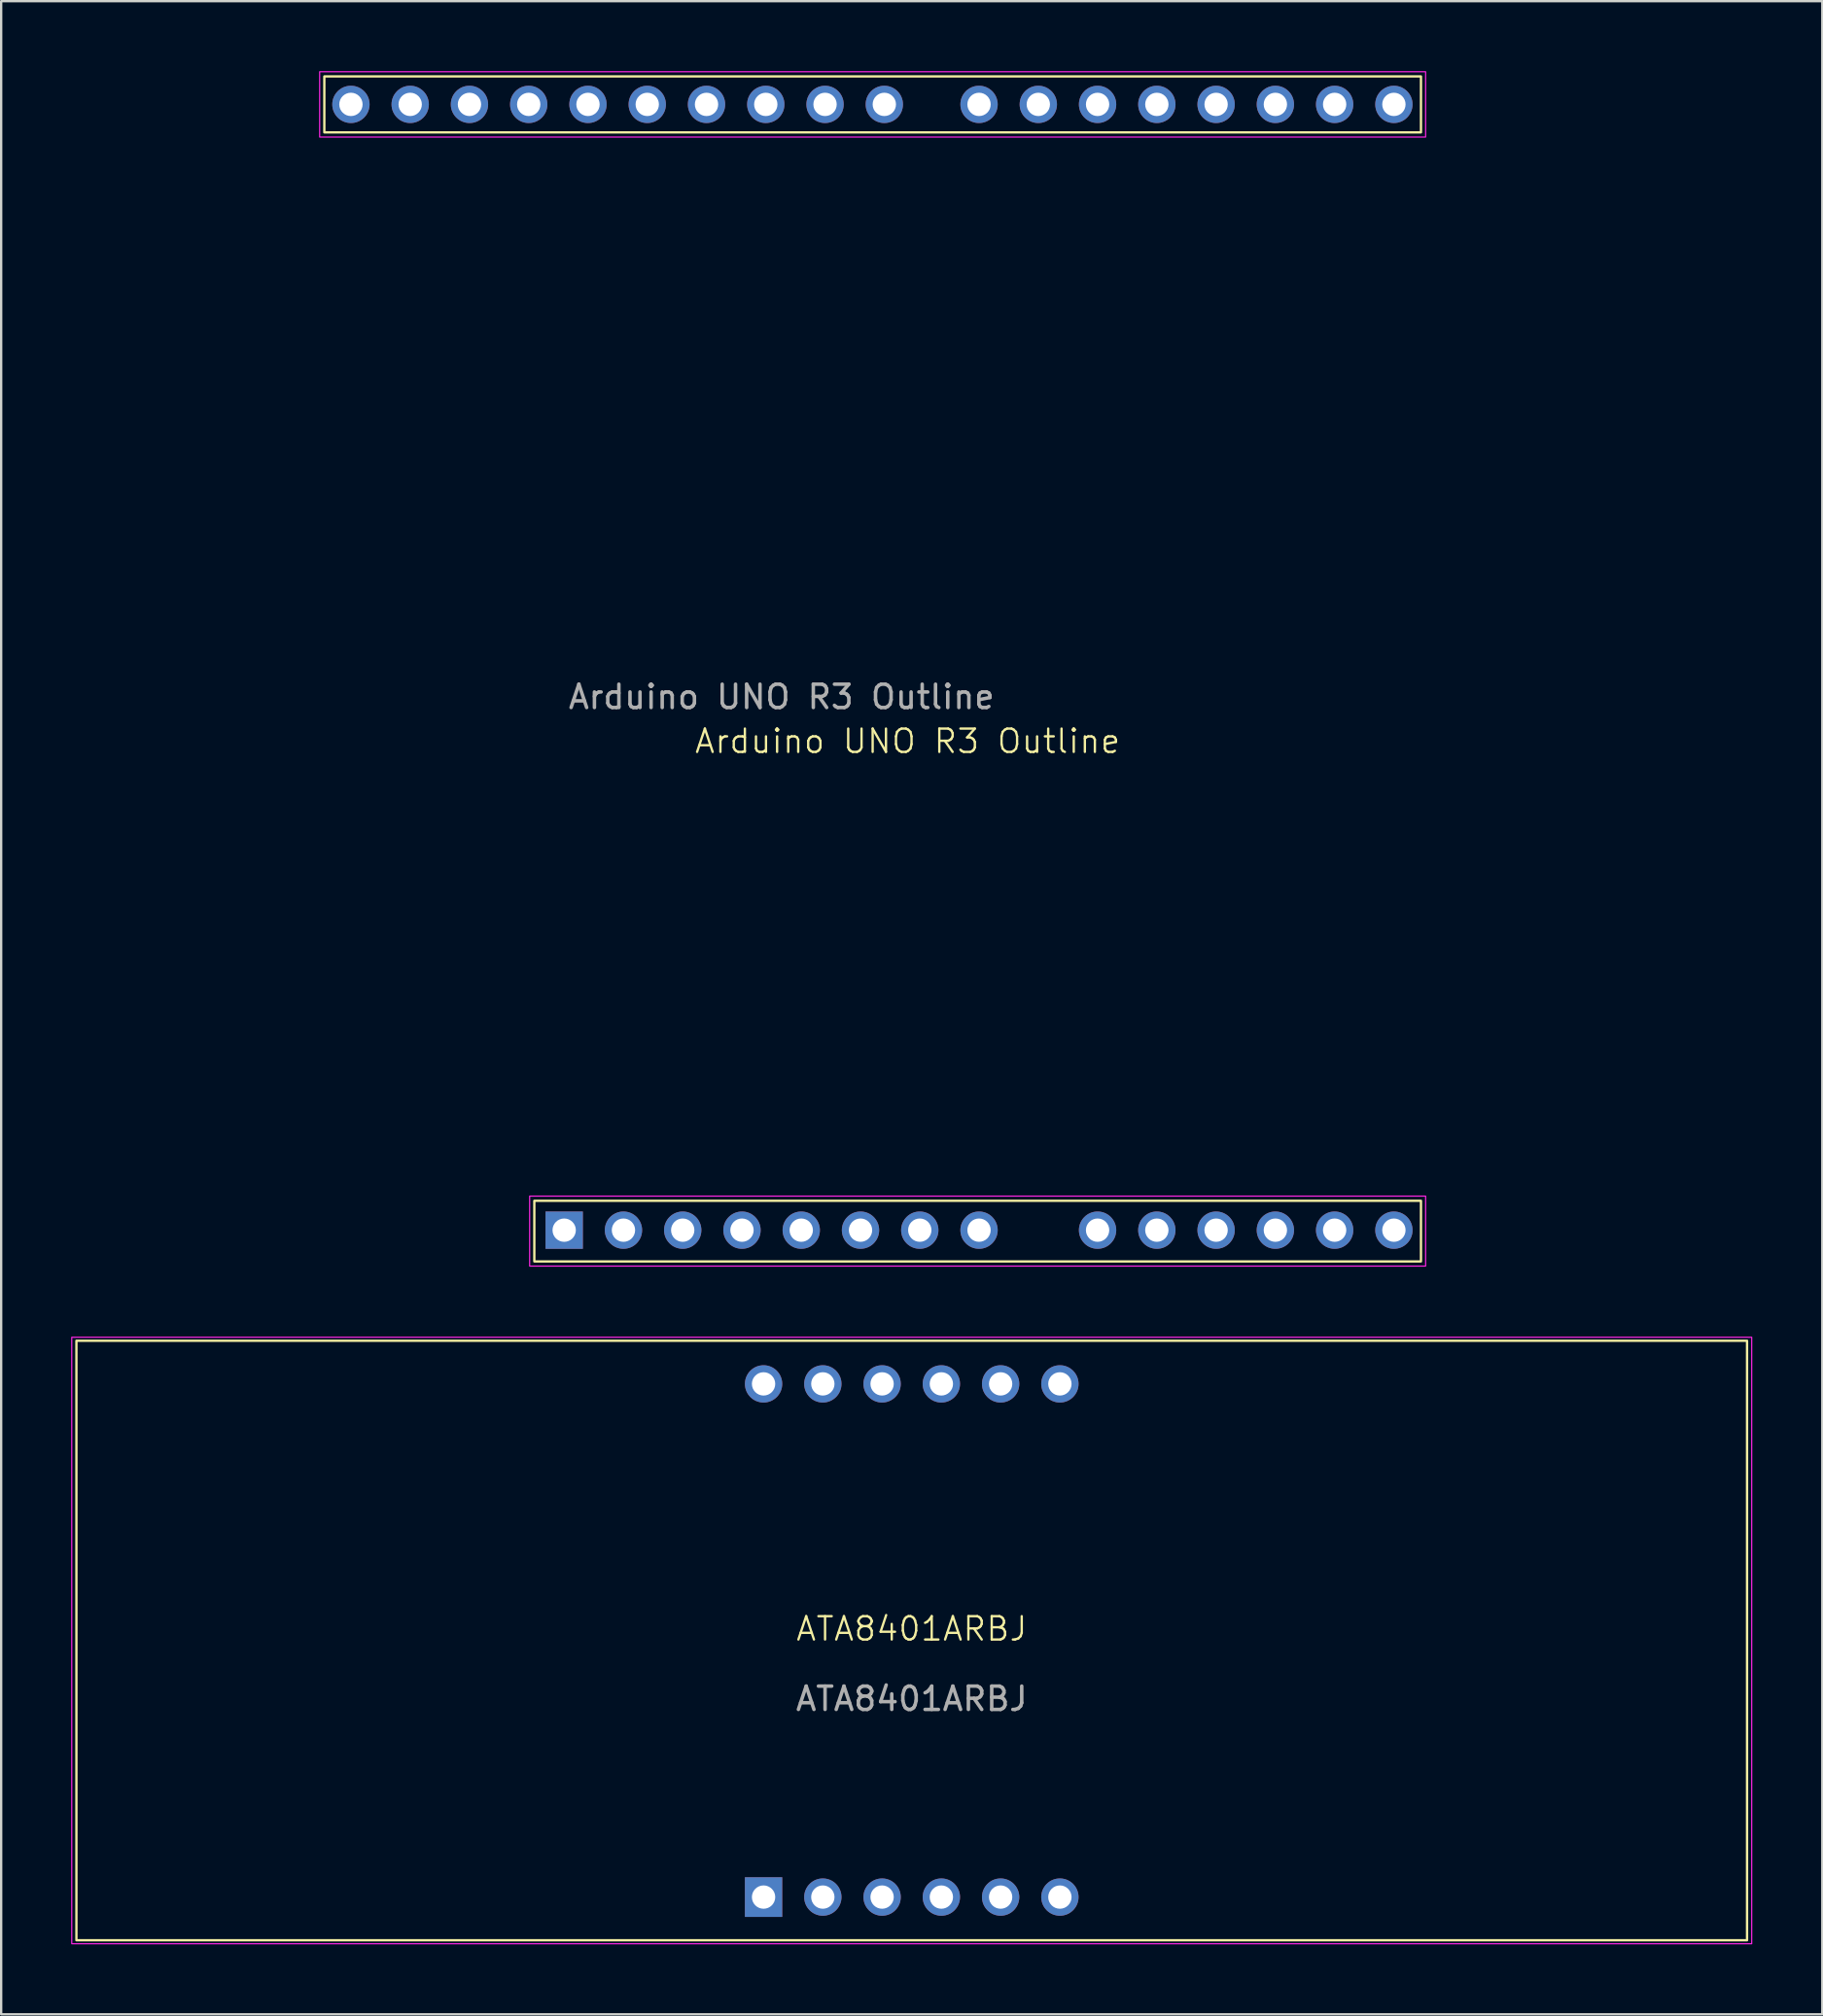
<source format=kicad_pcb>
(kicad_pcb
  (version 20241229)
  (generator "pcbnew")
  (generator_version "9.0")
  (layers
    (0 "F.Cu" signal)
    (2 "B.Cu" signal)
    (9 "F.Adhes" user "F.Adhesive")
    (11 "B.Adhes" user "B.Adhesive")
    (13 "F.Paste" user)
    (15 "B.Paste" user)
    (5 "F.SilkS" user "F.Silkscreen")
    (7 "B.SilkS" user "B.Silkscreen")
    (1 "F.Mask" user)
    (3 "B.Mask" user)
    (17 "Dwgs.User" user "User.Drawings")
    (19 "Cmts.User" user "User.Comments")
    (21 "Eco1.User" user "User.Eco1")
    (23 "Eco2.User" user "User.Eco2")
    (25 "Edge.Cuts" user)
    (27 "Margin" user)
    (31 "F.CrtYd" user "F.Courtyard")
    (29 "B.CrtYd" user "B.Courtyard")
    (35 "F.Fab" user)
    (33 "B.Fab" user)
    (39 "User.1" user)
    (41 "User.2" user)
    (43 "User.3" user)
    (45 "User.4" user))
  (footprint "Arduino UNO R3 Outline"
    (layer "F.Cu")
    (at 0.25 3.625)
    (property "Reference" "Arduino UNO R3 Outline" (at 35.6 25.1 0) (unlocked yes) (layer "F.SilkS") (effects (font (size 1 1) (thickness 0.1))))
    (attr through_hole)
    (fp_rect (start 10.6 -3.4) (end 57.6 -1) (stroke (width 0.1) (type default)) (fill no) (layer "F.SilkS"))
    (fp_rect (start 19.6 44.8) (end 57.6 47.4) (stroke (width 0.1) (type default)) (fill no) (layer "F.SilkS"))
    (fp_rect (start 10.4 -3.6) (end 57.8 -0.8) (stroke (width 0.05) (type default)) (fill no) (layer "F.CrtYd"))
    (fp_rect (start 19.4 44.6) (end 57.8 47.6) (stroke (width 0.05) (type default)) (fill no) (layer "F.CrtYd"))
    (fp_text user "${REFERENCE}" (at 30.2 23.2 180) (layer "F.Fab") (effects (font (size 1 1) (thickness 0.15))))
    (pad "1" thru_hole rect (at 20.88 46.06 90) (size 1.6 1.6) (drill 1) (layers "*.Cu" "*.Mask"))
    (pad "2" thru_hole oval (at 23.42 46.06 90) (size 1.6 1.6) (drill 1) (layers "*.Cu" "*.Mask"))
    (pad "3" thru_hole oval (at 25.96 46.06 90) (size 1.6 1.6) (drill 1) (layers "*.Cu" "*.Mask"))
    (pad "4" thru_hole oval (at 28.5 46.06 90) (size 1.6 1.6) (drill 1) (layers "*.Cu" "*.Mask"))
    (pad "5" thru_hole oval (at 31.04 46.06 90) (size 1.6 1.6) (drill 1) (layers "*.Cu" "*.Mask"))
    (pad "6" thru_hole oval (at 33.58 46.06 90) (size 1.6 1.6) (drill 1) (layers "*.Cu" "*.Mask"))
    (pad "7" thru_hole oval (at 36.12 46.06 90) (size 1.6 1.6) (drill 1) (layers "*.Cu" "*.Mask"))
    (pad "8" thru_hole oval (at 38.66 46.06 90) (size 1.6 1.6) (drill 1) (layers "*.Cu" "*.Mask"))
    (pad "9" thru_hole oval (at 43.74 46.06 90) (size 1.6 1.6) (drill 1) (layers "*.Cu" "*.Mask"))
    (pad "10" thru_hole oval (at 46.28 46.06 90) (size 1.6 1.6) (drill 1) (layers "*.Cu" "*.Mask"))
    (pad "11" thru_hole oval (at 48.82 46.06 90) (size 1.6 1.6) (drill 1) (layers "*.Cu" "*.Mask"))
    (pad "12" thru_hole oval (at 51.36 46.06 90) (size 1.6 1.6) (drill 1) (layers "*.Cu" "*.Mask"))
    (pad "13" thru_hole oval (at 53.9 46.06 90) (size 1.6 1.6) (drill 1) (layers "*.Cu" "*.Mask"))
    (pad "14" thru_hole oval (at 56.44 46.06 90) (size 1.6 1.6) (drill 1) (layers "*.Cu" "*.Mask"))
    (pad "15" thru_hole oval (at 56.44 -2.2 90) (size 1.6 1.6) (drill 1) (layers "*.Cu" "*.Mask"))
    (pad "16" thru_hole oval (at 53.9 -2.2 90) (size 1.6 1.6) (drill 1) (layers "*.Cu" "*.Mask"))
    (pad "17" thru_hole oval (at 51.36 -2.2 90) (size 1.6 1.6) (drill 1) (layers "*.Cu" "*.Mask"))
    (pad "18" thru_hole oval (at 48.82 -2.2 90) (size 1.6 1.6) (drill 1) (layers "*.Cu" "*.Mask"))
    (pad "19" thru_hole oval (at 46.28 -2.2 90) (size 1.6 1.6) (drill 1) (layers "*.Cu" "*.Mask"))
    (pad "20" thru_hole oval (at 43.74 -2.2 90) (size 1.6 1.6) (drill 1) (layers "*.Cu" "*.Mask"))
    (pad "21" thru_hole oval (at 41.2 -2.2 90) (size 1.6 1.6) (drill 1) (layers "*.Cu" "*.Mask"))
    (pad "22" thru_hole oval (at 38.66 -2.2 90) (size 1.6 1.6) (drill 1) (layers "*.Cu" "*.Mask"))
    (pad "23" thru_hole oval (at 34.6 -2.2 90) (size 1.6 1.6) (drill 1) (layers "*.Cu" "*.Mask"))
    (pad "24" thru_hole oval (at 32.06 -2.2 90) (size 1.6 1.6) (drill 1) (layers "*.Cu" "*.Mask"))
    (pad "25" thru_hole oval (at 29.52 -2.2 90) (size 1.6 1.6) (drill 1) (layers "*.Cu" "*.Mask"))
    (pad "26" thru_hole oval (at 26.98 -2.2 90) (size 1.6 1.6) (drill 1) (layers "*.Cu" "*.Mask"))
    (pad "27" thru_hole oval (at 24.44 -2.2 90) (size 1.6 1.6) (drill 1) (layers "*.Cu" "*.Mask"))
    (pad "28" thru_hole oval (at 21.9 -2.2 90) (size 1.6 1.6) (drill 1) (layers "*.Cu" "*.Mask"))
    (pad "29" thru_hole oval (at 19.36 -2.2 90) (size 1.6 1.6) (drill 1) (layers "*.Cu" "*.Mask"))
    (pad "30" thru_hole oval (at 16.82 -2.2 90) (size 1.6 1.6) (drill 1) (layers "*.Cu" "*.Mask"))
    (pad "31" thru_hole oval (at 14.28 -2.2 90) (size 1.6 1.6) (drill 1) (layers "*.Cu" "*.Mask"))
    (pad "32" thru_hole oval (at 11.74 -2.2 90) (size 1.6 1.6) (drill 1) (layers "*.Cu" "*.Mask")))
  (footprint "ATA8401ARBJ"
    (layer "F.Cu")
    (at 36.025 67.275)
    (property "Reference" "ATA8401ARBJ" (at 0 -0.5 0) (unlocked yes) (layer "F.SilkS") (effects (font (size 1 1) (thickness 0.1))))
    (attr through_hole)
    (fp_rect (start -35.8 -12.85) (end 35.8 12.85) (stroke (width 0.1) (type default)) (fill no) (layer "F.SilkS"))
    (fp_rect (start -36 -13) (end 36 13) (stroke (width 0.05) (type default)) (fill no) (layer "F.CrtYd"))
    (fp_text user "${REFERENCE}" (at 0 2.5 0) (unlocked yes) (layer "F.Fab") (effects (font (size 1 1) (thickness 0.15))))
    (pad "1" thru_hole rect (at -6.35 11) (size 1.6 1.7) (drill 1) (layers "*.Cu" "*.Mask"))
    (pad "2" thru_hole circle (at -3.81 11) (size 1.6 1.6) (drill 1) (layers "*.Cu" "*.Mask"))
    (pad "3" thru_hole circle (at -1.27 11) (size 1.6 1.6) (drill 1) (layers "*.Cu" "*.Mask"))
    (pad "4" thru_hole circle (at 1.27 11) (size 1.6 1.6) (drill 1) (layers "*.Cu" "*.Mask"))
    (pad "5" thru_hole circle (at 3.81 11) (size 1.6 1.6) (drill 1) (layers "*.Cu" "*.Mask"))
    (pad "6" thru_hole circle (at 6.35 11) (size 1.6 1.6) (drill 1) (layers "*.Cu" "*.Mask"))
    (pad "7" thru_hole circle (at 6.35 -11 180) (size 1.6 1.6) (drill 1) (layers "*.Cu" "*.Mask"))
    (pad "8" thru_hole circle (at 3.81 -11 180) (size 1.6 1.6) (drill 1) (layers "*.Cu" "*.Mask"))
    (pad "9" thru_hole circle (at 1.27 -11 180) (size 1.6 1.6) (drill 1) (layers "*.Cu" "*.Mask"))
    (pad "10" thru_hole circle (at -1.27 -11 180) (size 1.6 1.6) (drill 1) (layers "*.Cu" "*.Mask"))
    (pad "11" thru_hole circle (at -3.81 -11 180) (size 1.6 1.6) (drill 1) (layers "*.Cu" "*.Mask"))
    (pad "12" thru_hole circle (at -6.35 -11 180) (size 1.6 1.6) (drill 1) (layers "*.Cu" "*.Mask")))
  (gr_rect
    (start -3 -3)
    (end 75.05 83.3)
    (stroke (width 0.1) (type default))
    (fill no)
    (layer "Edge.Cuts")))
</source>
